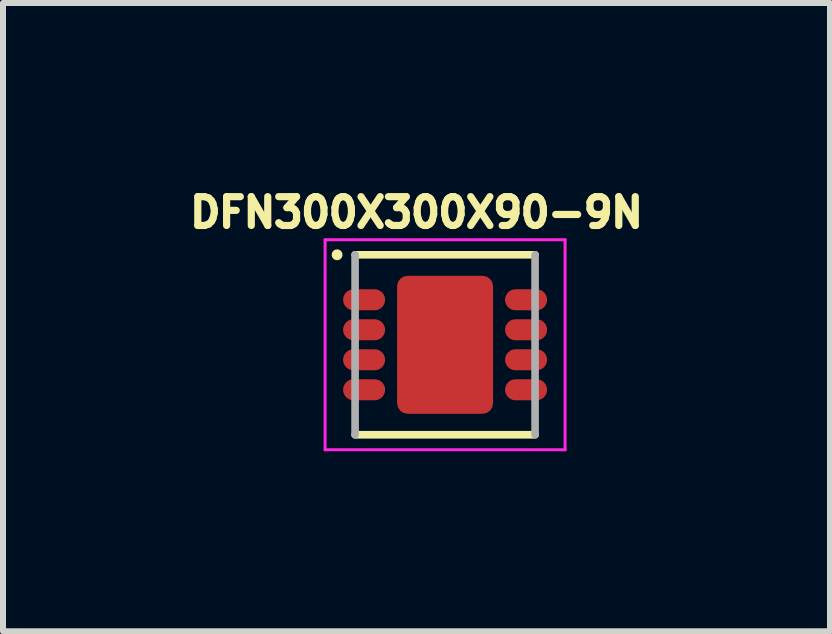
<source format=kicad_pcb>
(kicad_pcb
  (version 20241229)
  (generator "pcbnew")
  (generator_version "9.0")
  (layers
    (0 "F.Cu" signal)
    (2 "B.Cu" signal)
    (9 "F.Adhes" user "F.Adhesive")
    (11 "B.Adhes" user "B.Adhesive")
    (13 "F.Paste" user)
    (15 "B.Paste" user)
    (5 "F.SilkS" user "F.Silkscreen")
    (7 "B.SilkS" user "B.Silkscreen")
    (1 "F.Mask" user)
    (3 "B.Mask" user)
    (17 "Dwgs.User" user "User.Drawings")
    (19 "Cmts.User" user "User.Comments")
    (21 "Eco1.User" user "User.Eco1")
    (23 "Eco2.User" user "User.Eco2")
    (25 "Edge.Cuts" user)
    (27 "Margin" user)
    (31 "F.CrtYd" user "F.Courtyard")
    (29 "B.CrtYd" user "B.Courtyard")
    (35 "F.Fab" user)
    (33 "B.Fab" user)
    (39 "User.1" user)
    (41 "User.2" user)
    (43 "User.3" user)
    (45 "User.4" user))
  (footprint "DFN300X300X90-9N"
    (layer "F.Cu")
    (at 4.369 2.697)
    (property "Reference" "DFN300X300X90-9N" (at -0.476 -2.205 0) (layer "F.SilkS") (effects (font (size 0.48 0.48) (thickness 0.15))))
    (attr smd)
    (fp_poly (pts (xy -1.752 -0.475) (xy -0.95 -0.475) (xy -0.95 -0.025) (xy -1.752 -0.025)) (stroke (width 0.01) (type solid)) (fill yes) (layer "F.Mask"))
    (fp_poly (pts (xy -1.752 -0.975) (xy -0.95 -0.975) (xy -0.95 -0.526) (xy -1.752 -0.526)) (stroke (width 0.01) (type solid)) (fill yes) (layer "F.Mask"))
    (fp_poly (pts (xy -1.751 0.525) (xy -0.95 0.525) (xy -0.95 0.976) (xy -1.751 0.976)) (stroke (width 0.01) (type solid)) (fill yes) (layer "F.Mask"))
    (fp_poly (pts (xy -1.75 0.025) (xy -0.95 0.025) (xy -0.95 0.475) (xy -1.75 0.475)) (stroke (width 0.01) (type solid)) (fill yes) (layer "F.Mask"))
    (fp_poly (pts (xy 0.95 -0.475) (xy 1.75 -0.475) (xy 1.75 -0.025) (xy 0.95 -0.025)) (stroke (width 0.01) (type solid)) (fill yes) (layer "F.Mask"))
    (fp_poly (pts (xy 0.95 0.525) (xy 1.75 0.525) (xy 1.75 0.975) (xy 0.95 0.975)) (stroke (width 0.01) (type solid)) (fill yes) (layer "F.Mask"))
    (fp_poly (pts (xy 0.951 -0.975) (xy 1.75 -0.975) (xy 1.75 -0.525) (xy 0.951 -0.525)) (stroke (width 0.01) (type solid)) (fill yes) (layer "F.Mask"))
    (fp_poly (pts (xy 0.951 0.025) (xy 1.75 0.025) (xy 1.75 0.475) (xy 0.951 0.475)) (stroke (width 0.01) (type solid)) (fill yes) (layer "F.Mask"))
    (fp_line (start -1.5 -1.5) (end 1.5 -1.5) (stroke (width 0.127) (type solid)) (layer "F.SilkS"))
    (fp_line (start -1.5 1.5) (end 1.5 1.5) (stroke (width 0.127) (type solid)) (layer "F.SilkS"))
    (fp_circle (center -1.8 -1.5) (end -1.71 -1.5) (stroke (width 0) (type solid)) (fill yes) (layer "F.SilkS"))
    (fp_poly (pts (xy -0.5 -0.75) (xy 0.5 -0.75) (xy 0.5 0.75) (xy -0.5 0.75)) (stroke (width 0.01) (type solid)) (fill yes) (layer "F.Paste"))
    (fp_line (start -2 -1.75) (end -2 1.75) (stroke (width 0.05) (type solid)) (layer "F.CrtYd"))
    (fp_line (start -2 1.75) (end 2 1.75) (stroke (width 0.05) (type solid)) (layer "F.CrtYd"))
    (fp_line (start 2 -1.75) (end -2 -1.75) (stroke (width 0.05) (type solid)) (layer "F.CrtYd"))
    (fp_line (start 2 1.75) (end 2 -1.75) (stroke (width 0.05) (type solid)) (layer "F.CrtYd"))
    (fp_line (start -1.5 1.5) (end -1.5 -1.5) (stroke (width 0.127) (type solid)) (layer "F.Fab"))
    (fp_line (start 1.5 -1.5) (end 1.5 1.5) (stroke (width 0.127) (type solid)) (layer "F.Fab"))
    (pad "1" smd oval (at -1.35 -0.75) (size 0.7 0.35) (layers "F.Cu" "F.Paste"))
    (pad "2" smd oval (at -1.35 -0.25) (size 0.7 0.35) (layers "F.Cu" "F.Paste"))
    (pad "3" smd oval (at -1.35 0.25) (size 0.7 0.35) (layers "F.Cu" "F.Paste"))
    (pad "4" smd oval (at -1.35 0.75) (size 0.7 0.35) (layers "F.Cu" "F.Paste"))
    (pad "5" smd oval (at 1.35 0.75) (size 0.7 0.35) (layers "F.Cu" "F.Paste"))
    (pad "6" smd oval (at 1.35 0.25) (size 0.7 0.35) (layers "F.Cu" "F.Paste"))
    (pad "7" smd oval (at 1.35 -0.25) (size 0.7 0.35) (layers "F.Cu" "F.Paste"))
    (pad "8" smd oval (at 1.35 -0.75) (size 0.7 0.35) (layers "F.Cu" "F.Paste"))
    (pad "9" smd roundrect (at 0 0) (size 1.6 2.3) (layers "F.Cu" "F.Mask") (roundrect_rratio 0.11)))
  (gr_rect
    (start -3 -3)
    (end 10.785 7.472)
    (stroke (width 0.1) (type default))
    (fill no)
    (layer "Edge.Cuts")))
</source>
